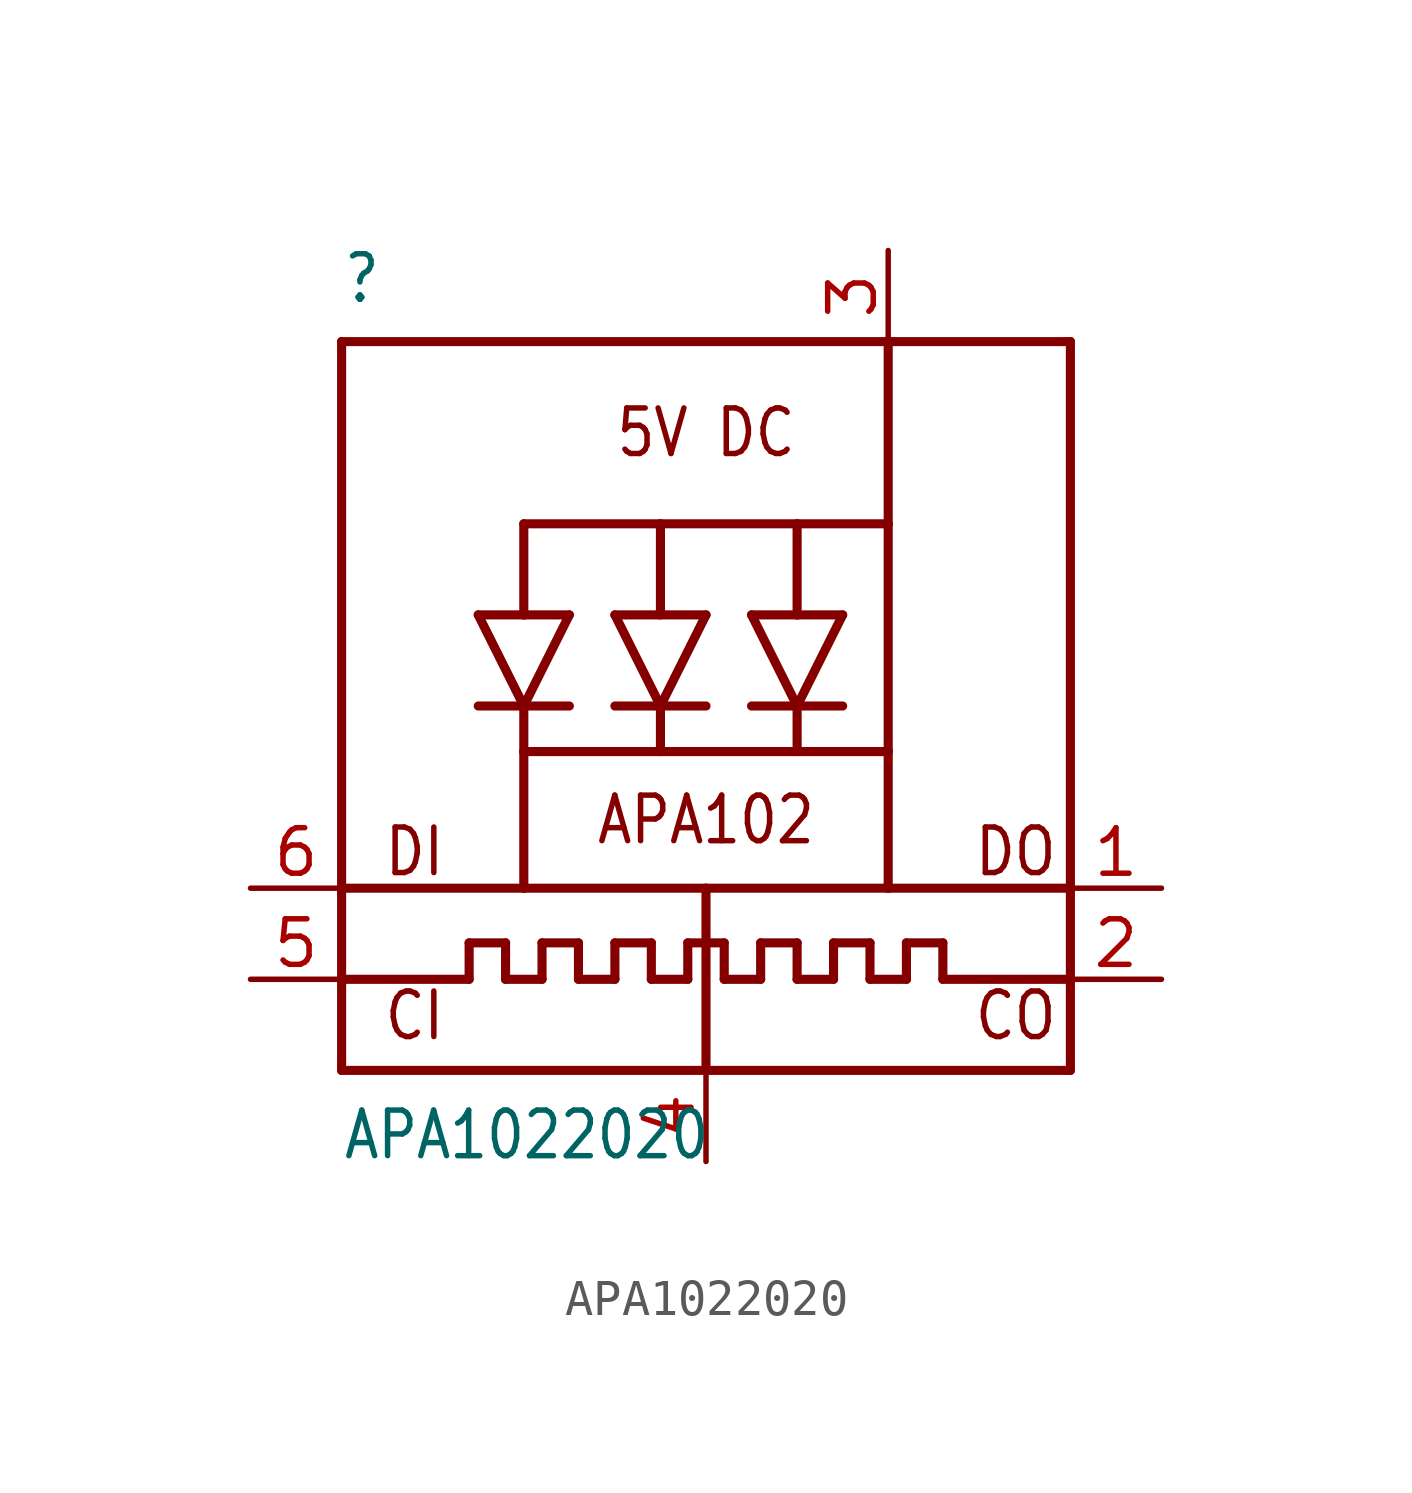
<source format=kicad_sym>
(kicad_symbol_lib
  (version 20211014)
  (generator kicad_symbol_editor)
  (symbol "APA1022020"
    (property "Reference" ""
      (at -10.16 11.176 0)
      (effects (font (size 1.27 1.079)) (justify left bottom)))
    (property "Value" "APA1022020"
      (at -10.16 -12.7 0)
      (effects (font (size 1.27 1.079)) (justify left bottom)))
    (property "ki_locked" ""
      (at 0 0 0)
      (effects (font (size 1.27 1.27))))
    (symbol "APA1022020_1_0"
      (polyline (pts (xy -10.16 -10.16) (xy 0 -10.16)) (stroke (width 0.254) (type default) (color 0 0 0 0)) (fill (type none)))
      (polyline (pts (xy -10.16 -7.62) (xy -10.16 -10.16)) (stroke (width 0.254) (type default) (color 0 0 0 0)) (fill (type none)))
      (polyline (pts (xy -10.16 -7.62) (xy -6.604 -7.62)) (stroke (width 0.254) (type default) (color 0 0 0 0)) (fill (type none)))
      (polyline (pts (xy -10.16 -5.08) (xy -10.16 -7.62)) (stroke (width 0.254) (type default) (color 0 0 0 0)) (fill (type none)))
      (polyline (pts (xy -10.16 10.16) (xy -10.16 -5.08)) (stroke (width 0.254) (type default) (color 0 0 0 0)) (fill (type none)))
      (polyline (pts (xy -6.604 -7.62) (xy -6.604 -6.604)) (stroke (width 0.254) (type default) (color 0 0 0 0)) (fill (type none)))
      (polyline (pts (xy -6.604 -6.604) (xy -5.588 -6.604)) (stroke (width 0.254) (type default) (color 0 0 0 0)) (fill (type none)))
      (polyline (pts (xy -6.35 0) (xy -5.08 0)) (stroke (width 0.254) (type default) (color 0 0 0 0)) (fill (type none)))
      (polyline (pts (xy -6.35 2.54) (xy -5.08 2.54)) (stroke (width 0.254) (type default) (color 0 0 0 0)) (fill (type none)))
      (polyline (pts (xy -5.588 -7.62) (xy -4.572 -7.62)) (stroke (width 0.254) (type default) (color 0 0 0 0)) (fill (type none)))
      (polyline (pts (xy -5.588 -6.604) (xy -5.588 -7.62)) (stroke (width 0.254) (type default) (color 0 0 0 0)) (fill (type none)))
      (polyline (pts (xy -5.08 -5.08) (xy -10.16 -5.08)) (stroke (width 0.254) (type default) (color 0 0 0 0)) (fill (type none)))
      (polyline (pts (xy -5.08 -5.08) (xy 0 -5.08)) (stroke (width 0.254) (type default) (color 0 0 0 0)) (fill (type none)))
      (polyline (pts (xy -5.08 -1.27) (xy -5.08 -5.08)) (stroke (width 0.254) (type default) (color 0 0 0 0)) (fill (type none)))
      (polyline (pts (xy -5.08 0) (xy -6.35 2.54)) (stroke (width 0.254) (type default) (color 0 0 0 0)) (fill (type none)))
      (polyline (pts (xy -5.08 0) (xy -5.08 -1.27)) (stroke (width 0.254) (type default) (color 0 0 0 0)) (fill (type none)))
      (polyline (pts (xy -5.08 0) (xy -3.81 2.54)) (stroke (width 0.254) (type default) (color 0 0 0 0)) (fill (type none)))
      (polyline (pts (xy -5.08 2.54) (xy -3.81 2.54)) (stroke (width 0.254) (type default) (color 0 0 0 0)) (fill (type none)))
      (polyline (pts (xy -5.08 5.08) (xy -5.08 2.54)) (stroke (width 0.254) (type default) (color 0 0 0 0)) (fill (type none)))
      (polyline (pts (xy -4.572 -7.62) (xy -4.572 -6.604)) (stroke (width 0.254) (type default) (color 0 0 0 0)) (fill (type none)))
      (polyline (pts (xy -4.572 -6.604) (xy -3.556 -6.604)) (stroke (width 0.254) (type default) (color 0 0 0 0)) (fill (type none)))
      (polyline (pts (xy -3.81 0) (xy -5.08 0)) (stroke (width 0.254) (type default) (color 0 0 0 0)) (fill (type none)))
      (polyline (pts (xy -3.556 -7.62) (xy -2.54 -7.62)) (stroke (width 0.254) (type default) (color 0 0 0 0)) (fill (type none)))
      (polyline (pts (xy -3.556 -6.604) (xy -3.556 -7.62)) (stroke (width 0.254) (type default) (color 0 0 0 0)) (fill (type none)))
      (polyline (pts (xy -2.54 -7.62) (xy -2.54 -6.604)) (stroke (width 0.254) (type default) (color 0 0 0 0)) (fill (type none)))
      (polyline (pts (xy -2.54 -6.604) (xy -1.524 -6.604)) (stroke (width 0.254) (type default) (color 0 0 0 0)) (fill (type none)))
      (polyline (pts (xy -2.54 0) (xy -1.27 0)) (stroke (width 0.254) (type default) (color 0 0 0 0)) (fill (type none)))
      (polyline (pts (xy -2.54 2.54) (xy 0 2.54)) (stroke (width 0.254) (type default) (color 0 0 0 0)) (fill (type none)))
      (polyline (pts (xy -1.524 -7.62) (xy -0.508 -7.62)) (stroke (width 0.254) (type default) (color 0 0 0 0)) (fill (type none)))
      (polyline (pts (xy -1.524 -6.604) (xy -1.524 -7.62)) (stroke (width 0.254) (type default) (color 0 0 0 0)) (fill (type none)))
      (polyline (pts (xy -1.27 -1.27) (xy -5.08 -1.27)) (stroke (width 0.254) (type default) (color 0 0 0 0)) (fill (type none)))
      (polyline (pts (xy -1.27 0) (xy -2.54 2.54)) (stroke (width 0.254) (type default) (color 0 0 0 0)) (fill (type none)))
      (polyline (pts (xy -1.27 0) (xy -1.27 -1.27)) (stroke (width 0.254) (type default) (color 0 0 0 0)) (fill (type none)))
      (polyline (pts (xy -1.27 0) (xy 0 0)) (stroke (width 0.254) (type default) (color 0 0 0 0)) (fill (type none)))
      (polyline (pts (xy -1.27 2.54) (xy -1.27 5.08)) (stroke (width 0.254) (type default) (color 0 0 0 0)) (fill (type none)))
      (polyline (pts (xy -1.27 5.08) (xy -5.08 5.08)) (stroke (width 0.254) (type default) (color 0 0 0 0)) (fill (type none)))
      (polyline (pts (xy -0.508 -7.62) (xy -0.508 -6.604)) (stroke (width 0.254) (type default) (color 0 0 0 0)) (fill (type none)))
      (polyline (pts (xy -0.508 -6.604) (xy 0.508 -6.604)) (stroke (width 0.254) (type default) (color 0 0 0 0)) (fill (type none)))
      (polyline (pts (xy 0 -10.16) (xy 10.16 -10.16)) (stroke (width 0.254) (type default) (color 0 0 0 0)) (fill (type none)))
      (polyline (pts (xy 0 -5.08) (xy 0 -10.16)) (stroke (width 0.254) (type default) (color 0 0 0 0)) (fill (type none)))
      (polyline (pts (xy 0 -5.08) (xy 5.08 -5.08)) (stroke (width 0.254) (type default) (color 0 0 0 0)) (fill (type none)))
      (polyline (pts (xy 0 2.54) (xy -1.27 0)) (stroke (width 0.254) (type default) (color 0 0 0 0)) (fill (type none)))
      (polyline (pts (xy 0.508 -7.62) (xy 1.524 -7.62)) (stroke (width 0.254) (type default) (color 0 0 0 0)) (fill (type none)))
      (polyline (pts (xy 0.508 -6.604) (xy 0.508 -7.62)) (stroke (width 0.254) (type default) (color 0 0 0 0)) (fill (type none)))
      (polyline (pts (xy 1.27 2.54) (xy 2.54 0)) (stroke (width 0.254) (type default) (color 0 0 0 0)) (fill (type none)))
      (polyline (pts (xy 1.27 2.54) (xy 2.54 2.54)) (stroke (width 0.254) (type default) (color 0 0 0 0)) (fill (type none)))
      (polyline (pts (xy 1.524 -7.62) (xy 1.524 -6.604)) (stroke (width 0.254) (type default) (color 0 0 0 0)) (fill (type none)))
      (polyline (pts (xy 1.524 -6.604) (xy 2.54 -6.604)) (stroke (width 0.254) (type default) (color 0 0 0 0)) (fill (type none)))
      (polyline (pts (xy 2.54 -7.62) (xy 3.556 -7.62)) (stroke (width 0.254) (type default) (color 0 0 0 0)) (fill (type none)))
      (polyline (pts (xy 2.54 -6.604) (xy 2.54 -7.62)) (stroke (width 0.254) (type default) (color 0 0 0 0)) (fill (type none)))
      (polyline (pts (xy 2.54 -1.27) (xy -1.27 -1.27)) (stroke (width 0.254) (type default) (color 0 0 0 0)) (fill (type none)))
      (polyline (pts (xy 2.54 0) (xy 1.27 0)) (stroke (width 0.254) (type default) (color 0 0 0 0)) (fill (type none)))
      (polyline (pts (xy 2.54 0) (xy 2.54 -1.27)) (stroke (width 0.254) (type default) (color 0 0 0 0)) (fill (type none)))
      (polyline (pts (xy 2.54 0) (xy 3.81 0)) (stroke (width 0.254) (type default) (color 0 0 0 0)) (fill (type none)))
      (polyline (pts (xy 2.54 0) (xy 3.81 2.54)) (stroke (width 0.254) (type default) (color 0 0 0 0)) (fill (type none)))
      (polyline (pts (xy 2.54 2.54) (xy 2.54 5.08)) (stroke (width 0.254) (type default) (color 0 0 0 0)) (fill (type none)))
      (polyline (pts (xy 2.54 5.08) (xy -1.27 5.08)) (stroke (width 0.254) (type default) (color 0 0 0 0)) (fill (type none)))
      (polyline (pts (xy 2.54 5.08) (xy 5.08 5.08)) (stroke (width 0.254) (type default) (color 0 0 0 0)) (fill (type none)))
      (polyline (pts (xy 3.556 -7.62) (xy 3.556 -6.604)) (stroke (width 0.254) (type default) (color 0 0 0 0)) (fill (type none)))
      (polyline (pts (xy 3.556 -6.604) (xy 4.572 -6.604)) (stroke (width 0.254) (type default) (color 0 0 0 0)) (fill (type none)))
      (polyline (pts (xy 3.81 2.54) (xy 2.54 2.54)) (stroke (width 0.254) (type default) (color 0 0 0 0)) (fill (type none)))
      (polyline (pts (xy 4.572 -7.62) (xy 5.588 -7.62)) (stroke (width 0.254) (type default) (color 0 0 0 0)) (fill (type none)))
      (polyline (pts (xy 4.572 -6.604) (xy 4.572 -7.62)) (stroke (width 0.254) (type default) (color 0 0 0 0)) (fill (type none)))
      (polyline (pts (xy 5.08 -5.08) (xy 5.08 -1.27)) (stroke (width 0.254) (type default) (color 0 0 0 0)) (fill (type none)))
      (polyline (pts (xy 5.08 -5.08) (xy 10.16 -5.08)) (stroke (width 0.254) (type default) (color 0 0 0 0)) (fill (type none)))
      (polyline (pts (xy 5.08 -1.27) (xy 2.54 -1.27)) (stroke (width 0.254) (type default) (color 0 0 0 0)) (fill (type none)))
      (polyline (pts (xy 5.08 5.08) (xy 5.08 -1.27)) (stroke (width 0.254) (type default) (color 0 0 0 0)) (fill (type none)))
      (polyline (pts (xy 5.08 10.16) (xy -10.16 10.16)) (stroke (width 0.254) (type default) (color 0 0 0 0)) (fill (type none)))
      (polyline (pts (xy 5.08 10.16) (xy 5.08 5.08)) (stroke (width 0.254) (type default) (color 0 0 0 0)) (fill (type none)))
      (polyline (pts (xy 5.588 -7.62) (xy 5.588 -6.604)) (stroke (width 0.254) (type default) (color 0 0 0 0)) (fill (type none)))
      (polyline (pts (xy 5.588 -6.604) (xy 6.604 -6.604)) (stroke (width 0.254) (type default) (color 0 0 0 0)) (fill (type none)))
      (polyline (pts (xy 6.604 -7.62) (xy 10.16 -7.62)) (stroke (width 0.254) (type default) (color 0 0 0 0)) (fill (type none)))
      (polyline (pts (xy 6.604 -6.604) (xy 6.604 -7.62)) (stroke (width 0.254) (type default) (color 0 0 0 0)) (fill (type none)))
      (polyline (pts (xy 10.16 -10.16) (xy 10.16 -7.62)) (stroke (width 0.254) (type default) (color 0 0 0 0)) (fill (type none)))
      (polyline (pts (xy 10.16 -7.62) (xy 10.16 -5.08)) (stroke (width 0.254) (type default) (color 0 0 0 0)) (fill (type none)))
      (polyline (pts (xy 10.16 -5.08) (xy 10.16 10.16)) (stroke (width 0.254) (type default) (color 0 0 0 0)) (fill (type none)))
      (polyline (pts (xy 10.16 10.16) (xy 5.08 10.16)) (stroke (width 0.254) (type default) (color 0 0 0 0)) (fill (type none)))
      (text "5V DC" (at 0 7.62 0) (effects (font (size 1.27 1.079))))
      (text "APA102" (at 0 -3.175 0) (effects (font (size 1.27 1.079))))
      (text "CI" (at -8.128 -8.636 0) (effects (font (size 1.27 1.079))))
      (text "CO" (at 8.636 -8.636 0) (effects (font (size 1.27 1.079))))
      (text "DI" (at -8.128 -4.064 0) (effects (font (size 1.27 1.079))))
      (text "DO" (at 8.636 -4.064 0) (effects (font (size 1.27 1.079))))
      (pin output line (at 12.7 -5.08 180) (length 2.54) (name "DO" (effects (font (size 0 0)))) (number "1" (effects (font (size 1.27 1.27)))))
      (pin output line (at 12.7 -7.62 180) (length 2.54) (name "CKO" (effects (font (size 0 0)))) (number "2" (effects (font (size 1.27 1.27)))))
      (pin power_in line (at 5.08 12.7 270) (length 2.54) (name "VDD" (effects (font (size 0 0)))) (number "3" (effects (font (size 1.27 1.27)))))
      (pin power_in line (at 0 -12.7 90) (length 2.54) (name "GND" (effects (font (size 0 0)))) (number "4" (effects (font (size 1.27 1.27)))))
      (pin input line (at -12.7 -7.62 0) (length 2.54) (name "CKI" (effects (font (size 0 0)))) (number "5" (effects (font (size 1.27 1.27)))))
      (pin input line (at -12.7 -5.08 0) (length 2.54) (name "DI" (effects (font (size 0 0)))) (number "6" (effects (font (size 1.27 1.27))))))))
</source>
